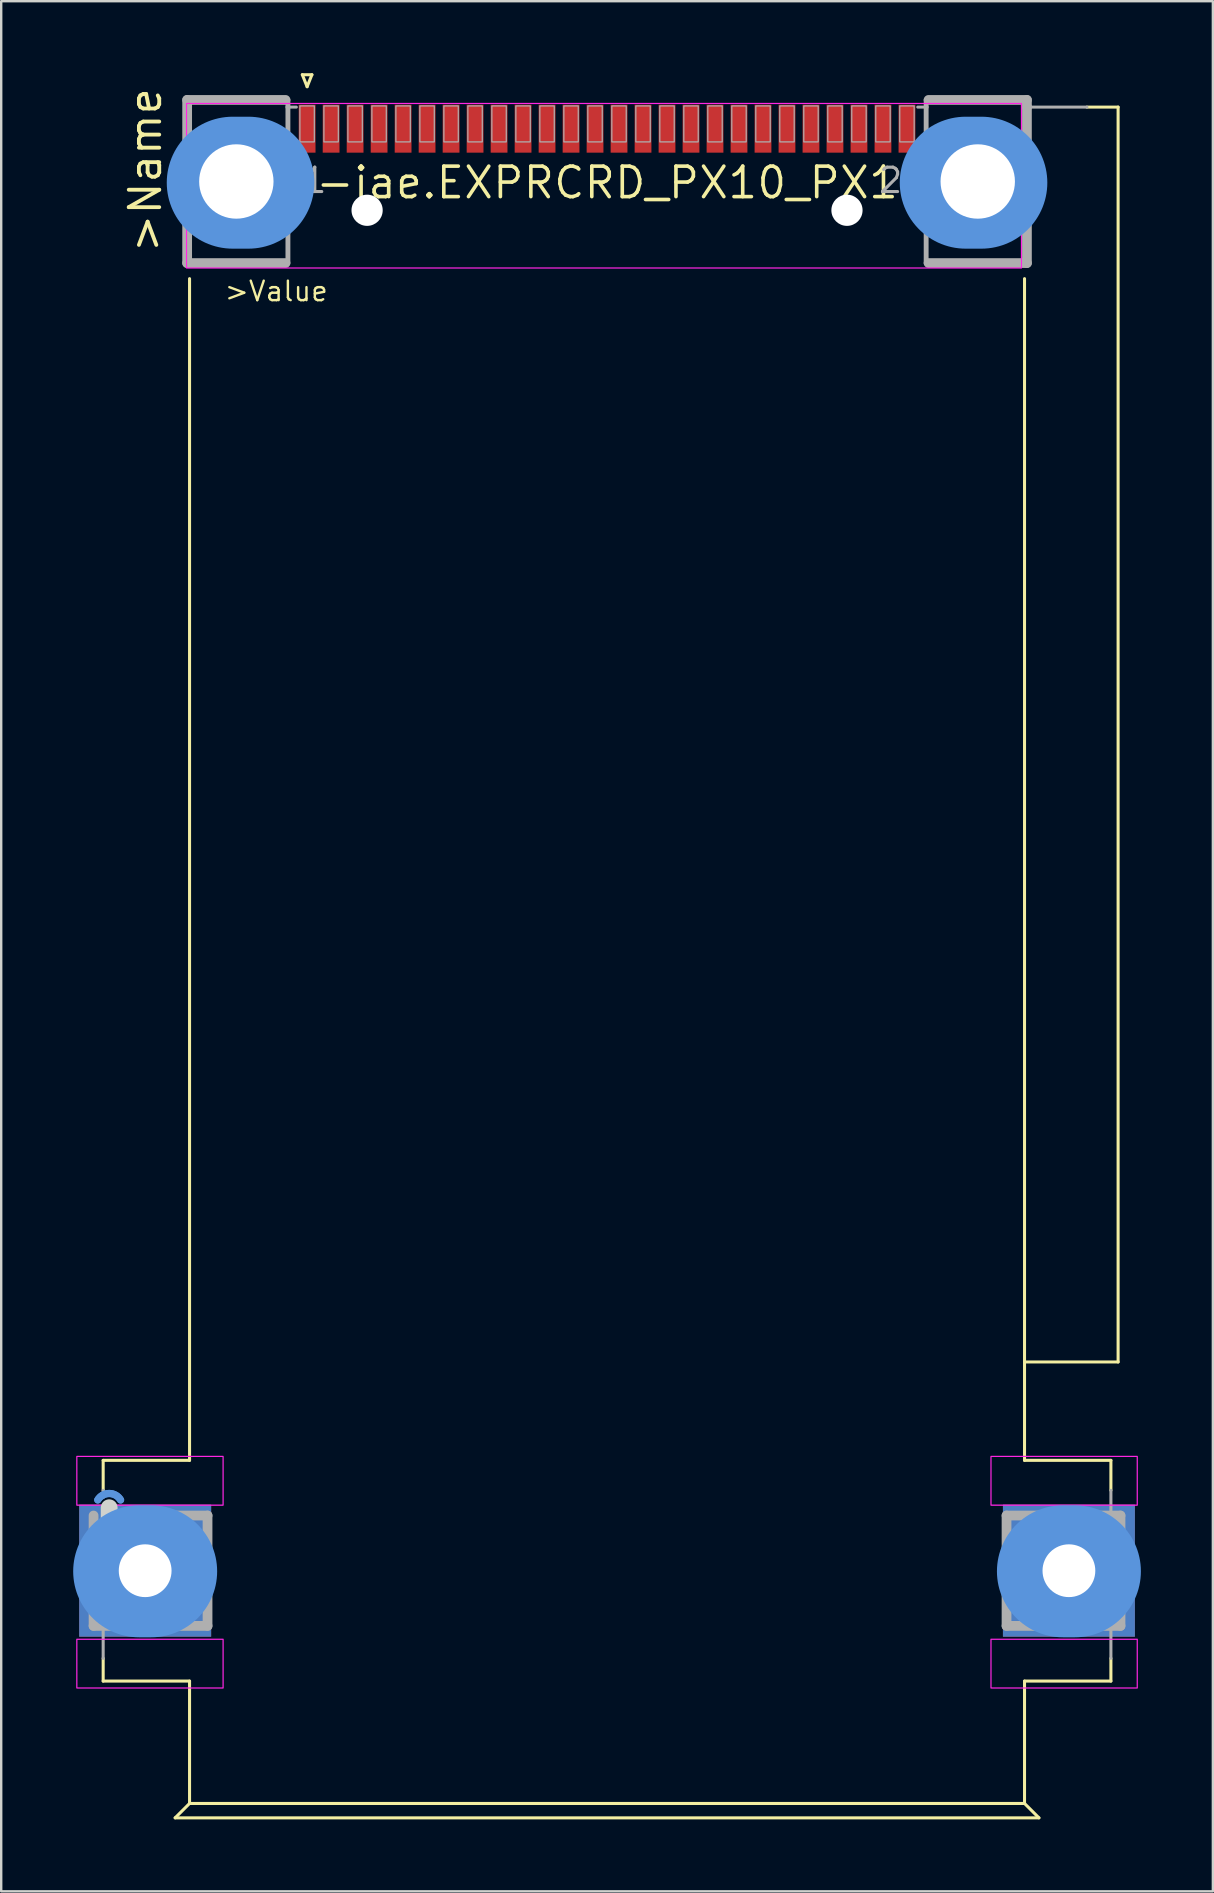
<source format=kicad_pcb>
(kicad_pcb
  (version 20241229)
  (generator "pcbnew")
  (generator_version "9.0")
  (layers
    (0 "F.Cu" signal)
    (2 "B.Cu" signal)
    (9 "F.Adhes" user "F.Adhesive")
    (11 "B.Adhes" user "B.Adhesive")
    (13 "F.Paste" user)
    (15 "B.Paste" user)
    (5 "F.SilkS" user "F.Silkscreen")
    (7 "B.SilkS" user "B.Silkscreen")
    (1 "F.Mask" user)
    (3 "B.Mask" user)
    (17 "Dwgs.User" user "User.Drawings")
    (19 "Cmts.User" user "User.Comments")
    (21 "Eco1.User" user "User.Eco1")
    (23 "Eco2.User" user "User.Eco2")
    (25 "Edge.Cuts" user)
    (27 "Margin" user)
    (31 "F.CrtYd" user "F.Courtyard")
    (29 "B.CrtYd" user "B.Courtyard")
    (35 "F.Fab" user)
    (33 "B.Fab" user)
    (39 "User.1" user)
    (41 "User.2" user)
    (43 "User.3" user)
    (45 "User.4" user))
  (footprint "con-jae.EXPRCRD_PX10_PX11_2"
    (layer "F.Cu")
    (at 22.25 4.564)
    (property "Reference" "con-jae.EXPRCRD_PX10_PX11_2" (at 0 0 0) (layer "F.SilkS") (effects (font (size 1.27 1.27) (thickness 0.15))))
    (attr smd)
    (fp_line (start -21 53.25) (end -17.4 53.25) (stroke (width 0.127) (type default)) (layer "F.SilkS"))
    (fp_line (start -21 54.5) (end -21 53.25) (stroke (width 0.127) (type default)) (layer "F.SilkS"))
    (fp_line (start -21 61.5) (end -21 62.45) (stroke (width 0.127) (type default)) (layer "F.SilkS"))
    (fp_line (start -21 62.45) (end -17.4 62.45) (stroke (width 0.127) (type default)) (layer "F.SilkS"))
    (fp_line (start -18 68.15) (end -17.4 67.55) (stroke (width 0.127) (type default)) (layer "F.SilkS"))
    (fp_line (start -17.4 4) (end -17.4 53.25) (stroke (width 0.127) (type default)) (layer "F.SilkS"))
    (fp_line (start -17.4 62.45) (end -17.4 67.55) (stroke (width 0.127) (type default)) (layer "F.SilkS"))
    (fp_line (start -12.7 -4.5) (end -12.3 -4.5) (stroke (width 0.127) (type default)) (layer "F.SilkS"))
    (fp_line (start -12.5 -4) (end -12.7 -4.5) (stroke (width 0.127) (type default)) (layer "F.SilkS"))
    (fp_line (start -12.3 -4.5) (end -12.5 -4) (stroke (width 0.127) (type default)) (layer "F.SilkS"))
    (fp_line (start 17.4 49.15) (end 17.4 4) (stroke (width 0.127) (type default)) (layer "F.SilkS"))
    (fp_line (start 17.4 49.15) (end 21.3 49.15) (stroke (width 0.127) (type default)) (layer "F.SilkS"))
    (fp_line (start 17.4 53.25) (end 17.4 49.15) (stroke (width 0.127) (type default)) (layer "F.SilkS"))
    (fp_line (start 17.4 62.45) (end 17.4 67.55) (stroke (width 0.127) (type default)) (layer "F.SilkS"))
    (fp_line (start 17.4 67.55) (end -17.4 67.55) (stroke (width 0.127) (type default)) (layer "F.SilkS"))
    (fp_line (start 18 68.15) (end -18 68.15) (stroke (width 0.127) (type default)) (layer "F.SilkS"))
    (fp_line (start 18 68.15) (end 17.4 67.55) (stroke (width 0.127) (type default)) (layer "F.SilkS"))
    (fp_line (start 20 -3.15) (end 21.3 -3.15) (stroke (width 0.127) (type default)) (layer "F.SilkS"))
    (fp_line (start 21 53.25) (end 17.4 53.25) (stroke (width 0.127) (type default)) (layer "F.SilkS"))
    (fp_line (start 21 54.5) (end 21 53.25) (stroke (width 0.127) (type default)) (layer "F.SilkS"))
    (fp_line (start 21 61.5) (end 21 62.45) (stroke (width 0.127) (type default)) (layer "F.SilkS"))
    (fp_line (start 21 62.45) (end 17.4 62.45) (stroke (width 0.127) (type default)) (layer "F.SilkS"))
    (fp_line (start 21.3 49.15) (end 21.3 -3.15) (stroke (width 0.127) (type default)) (layer "F.SilkS"))
    (fp_line (start -19.5 57.875) (end -19 57.875) (stroke (width 5.5) (type default)) (layer "Cmts.User"))
    (fp_line (start -15.6 0) (end -14.95 0) (stroke (width 5.5) (type default)) (layer "Cmts.User"))
    (fp_line (start 15.6 0) (end 14.95 0) (stroke (width 5.5) (type default)) (layer "Cmts.User"))
    (fp_line (start 19.5 57.875) (end 19 57.875) (stroke (width 5.5) (type default)) (layer "Cmts.User"))
    (fp_arc (start -21.225 54.9) (mid -20.75 54.63106) (end -20.275 54.9) (stroke (width 0.3) (type default)) (layer "Cmts.User"))
    (fp_arc (start -21.225 54.9) (mid -20.75 54.63106) (end -20.275 54.9) (stroke (width 0.3) (type default)) (layer "Cmts.User"))
    (fp_line (start -20.75 55.225) (end -20.75 55.725) (stroke (width 0.7) (type default)) (layer "Edge.Cuts"))
    (fp_line (start -19.5 57.875) (end -19 57.875) (stroke (width 2.25) (type default)) (layer "Edge.Cuts"))
    (fp_line (start -15.575 0) (end -14.975 0) (stroke (width 3.1) (type default)) (layer "Edge.Cuts"))
    (fp_line (start 15.575 0) (end 14.975 0) (stroke (width 3.1) (type default)) (layer "Edge.Cuts"))
    (fp_line (start 19.5 57.875) (end 19 57.875) (stroke (width 2.25) (type default)) (layer "Edge.Cuts"))
    (fp_rect (start -22.098 55.118) (end -16.002 53.086) (stroke (width 0.05) (type default)) (fill no) (layer "F.CrtYd"))
    (fp_rect (start -22.098 62.738) (end -16.002 60.706) (stroke (width 0.05) (type default)) (fill no) (layer "F.CrtYd"))
    (fp_rect (start -17.526 3.556) (end 17.272 -3.302) (stroke (width 0.05) (type default)) (fill no) (layer "F.CrtYd"))
    (fp_rect (start 16.002 55.118) (end 22.098 53.086) (stroke (width 0.05) (type default)) (fill no) (layer "F.CrtYd"))
    (fp_rect (start 16.002 62.738) (end 22.098 60.706) (stroke (width 0.05) (type default)) (fill no) (layer "F.CrtYd"))
    (fp_line (start -21.4 55.55) (end -21.4 60.15) (stroke (width 0.406) (type default)) (layer "F.Fab"))
    (fp_line (start -21.4 60.15) (end -16.65 60.15) (stroke (width 0.406) (type default)) (layer "F.Fab"))
    (fp_line (start -21 54.5) (end -21 54.8) (stroke (width 0.127) (type default)) (layer "F.Fab"))
    (fp_line (start -21 61.5) (end -21 60.35) (stroke (width 0.127) (type default)) (layer "F.Fab"))
    (fp_line (start -17.5 -3.45) (end -17.5 3.35) (stroke (width 0.406) (type default)) (layer "F.Fab"))
    (fp_line (start -17.5 -3.45) (end -13.4 -3.45) (stroke (width 0.406) (type default)) (layer "F.Fab"))
    (fp_line (start -17.5 3.35) (end -13.4 3.35) (stroke (width 0.406) (type default)) (layer "F.Fab"))
    (fp_line (start -16.65 55.55) (end -20.1 55.55) (stroke (width 0.406) (type default)) (layer "F.Fab"))
    (fp_line (start -16.65 60.15) (end -16.65 55.55) (stroke (width 0.406) (type default)) (layer "F.Fab"))
    (fp_line (start -13.3 -3.45) (end -13.3 -3.15) (stroke (width 0.203) (type default)) (layer "F.Fab"))
    (fp_line (start -13.3 -3.15) (end -13.3 3.35) (stroke (width 0.203) (type default)) (layer "F.Fab"))
    (fp_line (start -12.95 -3.15) (end -13.3 -3.15) (stroke (width 0.127) (type default)) (layer "F.Fab"))
    (fp_line (start 12.95 -3.15) (end 13.3 -3.15) (stroke (width 0.127) (type default)) (layer "F.Fab"))
    (fp_line (start 13.3 -3.45) (end 13.3 -3.15) (stroke (width 0.203) (type default)) (layer "F.Fab"))
    (fp_line (start 13.3 -3.15) (end 13.3 3.35) (stroke (width 0.203) (type default)) (layer "F.Fab"))
    (fp_line (start 13.4 -3.45) (end 17.5 -3.45) (stroke (width 0.406) (type default)) (layer "F.Fab"))
    (fp_line (start 16.65 55.55) (end 16.65 60.15) (stroke (width 0.406) (type default)) (layer "F.Fab"))
    (fp_line (start 16.65 60.15) (end 21.4 60.15) (stroke (width 0.406) (type default)) (layer "F.Fab"))
    (fp_line (start 17.5 -3.45) (end 17.5 -3.15) (stroke (width 0.406) (type default)) (layer "F.Fab"))
    (fp_line (start 17.5 -3.15) (end 17.5 3.35) (stroke (width 0.406) (type default)) (layer "F.Fab"))
    (fp_line (start 17.5 3.35) (end 13.4 3.35) (stroke (width 0.406) (type default)) (layer "F.Fab"))
    (fp_line (start 20 -3.15) (end 17.5 -3.15) (stroke (width 0.127) (type default)) (layer "F.Fab"))
    (fp_line (start 21 54.5) (end 21 55.35) (stroke (width 0.127) (type default)) (layer "F.Fab"))
    (fp_line (start 21 61.5) (end 21 60.35) (stroke (width 0.127) (type default)) (layer "F.Fab"))
    (fp_line (start 21.4 55.55) (end 16.65 55.55) (stroke (width 0.406) (type default)) (layer "F.Fab"))
    (fp_line (start 21.4 60.15) (end 21.4 55.55) (stroke (width 0.406) (type default)) (layer "F.Fab"))
    (fp_rect (start -12.8 -1.7) (end -12.2 -3.2) (stroke (width 0.05) (type default)) (fill no) (layer "F.Fab"))
    (fp_rect (start -11.8 -1.7) (end -11.2 -3.2) (stroke (width 0.05) (type default)) (fill no) (layer "F.Fab"))
    (fp_rect (start -10.8 -1.7) (end -10.2 -3.2) (stroke (width 0.05) (type default)) (fill no) (layer "F.Fab"))
    (fp_rect (start -9.8 -1.7) (end -9.2 -3.2) (stroke (width 0.05) (type default)) (fill no) (layer "F.Fab"))
    (fp_rect (start -8.8 -1.7) (end -8.2 -3.2) (stroke (width 0.05) (type default)) (fill no) (layer "F.Fab"))
    (fp_rect (start -7.8 -1.7) (end -7.2 -3.2) (stroke (width 0.05) (type default)) (fill no) (layer "F.Fab"))
    (fp_rect (start -6.8 -1.7) (end -6.2 -3.2) (stroke (width 0.05) (type default)) (fill no) (layer "F.Fab"))
    (fp_rect (start -5.8 -1.7) (end -5.2 -3.2) (stroke (width 0.05) (type default)) (fill no) (layer "F.Fab"))
    (fp_rect (start -4.8 -1.7) (end -4.2 -3.2) (stroke (width 0.05) (type default)) (fill no) (layer "F.Fab"))
    (fp_rect (start -3.8 -1.7) (end -3.2 -3.2) (stroke (width 0.05) (type default)) (fill no) (layer "F.Fab"))
    (fp_rect (start -2.8 -1.7) (end -2.2 -3.2) (stroke (width 0.05) (type default)) (fill no) (layer "F.Fab"))
    (fp_rect (start -1.8 -1.7) (end -1.2 -3.2) (stroke (width 0.05) (type default)) (fill no) (layer "F.Fab"))
    (fp_rect (start -0.8 -1.7) (end -0.2 -3.2) (stroke (width 0.05) (type default)) (fill no) (layer "F.Fab"))
    (fp_rect (start 0.2 -1.7) (end 0.8 -3.2) (stroke (width 0.05) (type default)) (fill no) (layer "F.Fab"))
    (fp_rect (start 1.2 -1.7) (end 1.8 -3.2) (stroke (width 0.05) (type default)) (fill no) (layer "F.Fab"))
    (fp_rect (start 2.2 -1.7) (end 2.8 -3.2) (stroke (width 0.05) (type default)) (fill no) (layer "F.Fab"))
    (fp_rect (start 3.2 -1.7) (end 3.8 -3.2) (stroke (width 0.05) (type default)) (fill no) (layer "F.Fab"))
    (fp_rect (start 4.2 -1.7) (end 4.8 -3.2) (stroke (width 0.05) (type default)) (fill no) (layer "F.Fab"))
    (fp_rect (start 5.2 -1.7) (end 5.8 -3.2) (stroke (width 0.05) (type default)) (fill no) (layer "F.Fab"))
    (fp_rect (start 6.2 -1.7) (end 6.8 -3.2) (stroke (width 0.05) (type default)) (fill no) (layer "F.Fab"))
    (fp_rect (start 7.2 -1.7) (end 7.8 -3.2) (stroke (width 0.05) (type default)) (fill no) (layer "F.Fab"))
    (fp_rect (start 8.2 -1.7) (end 8.8 -3.2) (stroke (width 0.05) (type default)) (fill no) (layer "F.Fab"))
    (fp_rect (start 9.2 -1.7) (end 9.8 -3.2) (stroke (width 0.05) (type default)) (fill no) (layer "F.Fab"))
    (fp_rect (start 10.2 -1.7) (end 10.8 -3.2) (stroke (width 0.05) (type default)) (fill no) (layer "F.Fab"))
    (fp_rect (start 11.2 -1.7) (end 11.8 -3.2) (stroke (width 0.05) (type default)) (fill no) (layer "F.Fab"))
    (fp_rect (start 12.2 -1.7) (end 12.8 -3.2) (stroke (width 0.05) (type default)) (fill no) (layer "F.Fab"))
    (fp_text user ">Name" (at -18.5 3 90) (layer "F.SilkS") (effects (font (size 1.27 1.27) (thickness 0.16)) (justify left bottom)))
    (fp_text user ">Value" (at -16 5 0) (layer "F.SilkS") (effects (font (size 0.813 0.813) (thickness 0.1)) (justify left bottom)))
    (fp_text user "26" (at 11.25 0.5 0) (layer "F.Fab") (effects (font (size 1.016 1.016) (thickness 0.13)) (justify left bottom)))
    (fp_text user "1" (at -12.75 0.5 0) (layer "F.Fab") (effects (font (size 1.016 1.016) (thickness 0.13)) (justify left bottom)))
    (pad "" np_thru_hole circle (at -10 1.15) (size 1.3 1.3) (drill 1.3) (layers "*.Cu" "*.Mask"))
    (pad "" np_thru_hole circle (at 10 1.15) (size 1.3 1.3) (drill 1.3) (layers "*.Cu" "*.Mask"))
    (pad "1" smd roundrect (at -12.5 -2.25 90) (size 2 0.7) (layers "F.Cu" "F.Mask" "F.Paste") (roundrect_rratio 0.01))
    (pad "2" smd roundrect (at -11.5 -2.25 90) (size 2 0.7) (layers "F.Cu" "F.Mask" "F.Paste") (roundrect_rratio 0.01))
    (pad "3" smd roundrect (at -10.5 -2.25 90) (size 2 0.7) (layers "F.Cu" "F.Mask" "F.Paste") (roundrect_rratio 0.01))
    (pad "4" smd roundrect (at -9.5 -2.25 90) (size 2 0.7) (layers "F.Cu" "F.Mask" "F.Paste") (roundrect_rratio 0.01))
    (pad "5" smd roundrect (at -8.5 -2.25 90) (size 2 0.7) (layers "F.Cu" "F.Mask" "F.Paste") (roundrect_rratio 0.01))
    (pad "6" smd roundrect (at -7.5 -2.25 90) (size 2 0.7) (layers "F.Cu" "F.Mask" "F.Paste") (roundrect_rratio 0.01))
    (pad "7" smd roundrect (at -6.5 -2.25 90) (size 2 0.7) (layers "F.Cu" "F.Mask" "F.Paste") (roundrect_rratio 0.01))
    (pad "8" smd roundrect (at -5.5 -2.25 90) (size 2 0.7) (layers "F.Cu" "F.Mask" "F.Paste") (roundrect_rratio 0.01))
    (pad "9" smd roundrect (at -4.5 -2.25 90) (size 2 0.7) (layers "F.Cu" "F.Mask" "F.Paste") (roundrect_rratio 0.01))
    (pad "10" smd roundrect (at -3.5 -2.25 90) (size 2 0.7) (layers "F.Cu" "F.Mask" "F.Paste") (roundrect_rratio 0.01))
    (pad "11" smd roundrect (at -2.5 -2.25 90) (size 2 0.7) (layers "F.Cu" "F.Mask" "F.Paste") (roundrect_rratio 0.01))
    (pad "12" smd roundrect (at -1.5 -2.25 90) (size 2 0.7) (layers "F.Cu" "F.Mask" "F.Paste") (roundrect_rratio 0.01))
    (pad "13" smd roundrect (at -0.5 -2.25 90) (size 2 0.7) (layers "F.Cu" "F.Mask" "F.Paste") (roundrect_rratio 0.01))
    (pad "14" smd roundrect (at 0.5 -2.25 90) (size 2 0.7) (layers "F.Cu" "F.Mask" "F.Paste") (roundrect_rratio 0.01))
    (pad "15" smd roundrect (at 1.5 -2.25 90) (size 2 0.7) (layers "F.Cu" "F.Mask" "F.Paste") (roundrect_rratio 0.01))
    (pad "16" smd roundrect (at 2.5 -2.25 90) (size 2 0.7) (layers "F.Cu" "F.Mask" "F.Paste") (roundrect_rratio 0.01))
    (pad "17" smd roundrect (at 3.5 -2.25 90) (size 2 0.7) (layers "F.Cu" "F.Mask" "F.Paste") (roundrect_rratio 0.01))
    (pad "18" smd roundrect (at 4.5 -2.25 90) (size 2 0.7) (layers "F.Cu" "F.Mask" "F.Paste") (roundrect_rratio 0.01))
    (pad "19" smd roundrect (at 5.5 -2.25 90) (size 2 0.7) (layers "F.Cu" "F.Mask" "F.Paste") (roundrect_rratio 0.01))
    (pad "20" smd roundrect (at 6.5 -2.25 90) (size 2 0.7) (layers "F.Cu" "F.Mask" "F.Paste") (roundrect_rratio 0.01))
    (pad "21" smd roundrect (at 7.5 -2.25 90) (size 2 0.7) (layers "F.Cu" "F.Mask" "F.Paste") (roundrect_rratio 0.01))
    (pad "22" smd roundrect (at 8.5 -2.25 90) (size 2 0.7) (layers "F.Cu" "F.Mask" "F.Paste") (roundrect_rratio 0.01))
    (pad "23" smd roundrect (at 9.5 -2.25 90) (size 2 0.7) (layers "F.Cu" "F.Mask" "F.Paste") (roundrect_rratio 0.01))
    (pad "24" smd roundrect (at 10.5 -2.25 90) (size 2 0.7) (layers "F.Cu" "F.Mask" "F.Paste") (roundrect_rratio 0.01))
    (pad "25" smd roundrect (at 11.5 -2.25 90) (size 2 0.7) (layers "F.Cu" "F.Mask" "F.Paste") (roundrect_rratio 0.01))
    (pad "26" smd roundrect (at 12.5 -2.25 90) (size 2 0.7) (layers "F.Cu" "F.Mask" "F.Paste") (roundrect_rratio 0.01))
    (pad "G1" thru_hole rect (at -15.45 -0.05) (size 4 4) (drill 3.1) (layers "*.Cu" "*.Mask"))
    (pad "G2" thru_hole rect (at 15.45 -0.05) (size 4 4) (drill 3.1) (layers "*.Cu" "*.Mask"))
    (pad "G3" thru_hole rect (at -19.25 57.85) (size 5.5 5.5) (drill 2.2) (layers "*.Cu" "*.Mask"))
    (pad "G4" thru_hole rect (at 19.25 57.85) (size 5.5 5.5) (drill 2.2) (layers "*.Cu" "*.Mask")))
  (gr_rect
    (start -3 -3)
    (end 47.5 75.777)
    (stroke (width 0.1) (type default))
    (fill no)
    (layer "Edge.Cuts")))
</source>
